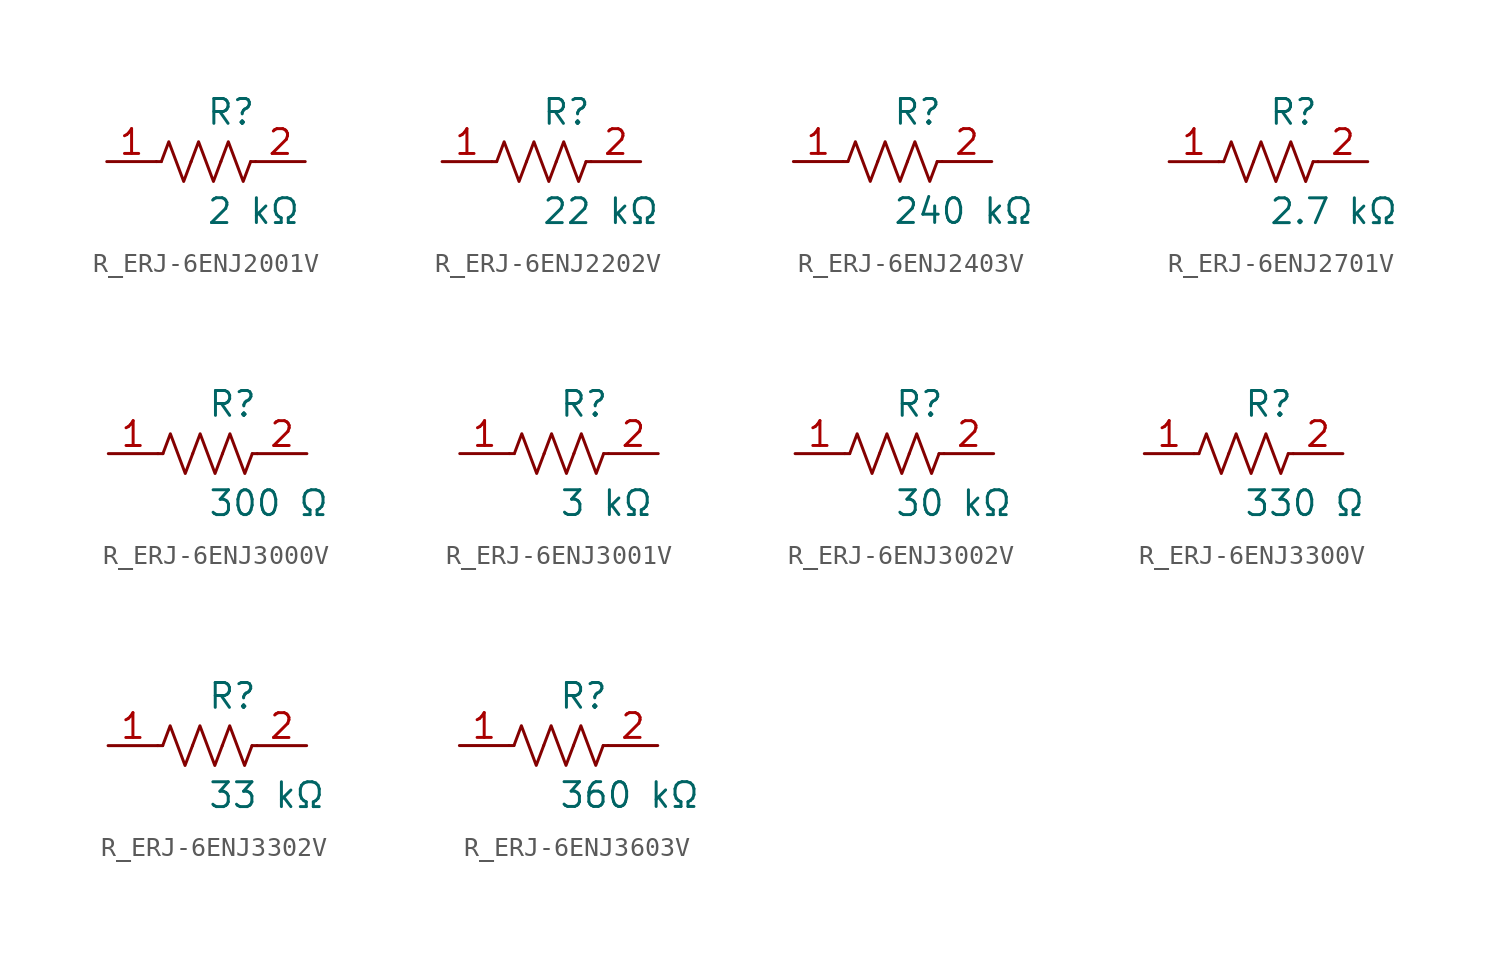
<source format=kicad_sym>
(kicad_symbol_lib
  (version 20231120)
  (generator kicad_symbol_editor)
  (generator_version 8.0)
  (symbol "R_ERJ-6ENJ2001V"
    (pin_names
      (offset 0.254))
    (property "Reference" "R"
      (at 0.0 2.54 0)
      (effects (font (size 1.27 1.27)) (justify left)))
    (property "Value" "2 kΩ"
      (at 0.0 -2.54 0)
      (effects (font (size 1.27 1.27)) (justify left)))
    (symbol "R_ERJ-6ENJ2001V_0_1"
      (polyline (pts (xy 2.286 0) (xy 2.54 0)) (stroke (width 0) (type default)) (fill (type none)))
      (polyline (pts (xy -2.286 0) (xy -2.54 0)) (stroke (width 0) (type default)) (fill (type none)))
      (polyline (pts (xy 0.762 0) (xy 1.143 1.016) (xy 1.524 0) (xy 1.905 -1.016) (xy 2.286 0)) (stroke (width 0) (type default)) (fill (type none)))
      (polyline (pts (xy -0.762 0) (xy -0.381 1.016) (xy 0 0) (xy 0.381 -1.016) (xy 0.762 0)) (stroke (width 0) (type default)) (fill (type none)))
      (polyline (pts (xy -2.286 0) (xy -1.905 1.016) (xy -1.524 0) (xy -1.143 -1.016) (xy -0.762 0)) (stroke (width 0) (type default)) (fill (type none))))
    (pin unspecified line
      (at -5.08 0 0)
      (length 2.54)
      (name "" (effects (font (size 1.27 1.27))))
      (number "1" (effects (font (size 1.27 1.27)))))
    (pin unspecified line
      (at 5.08 0 180)
      (length 2.54)
      (name "" (effects (font (size 1.27 1.27))))
      (number "2" (effects (font (size 1.27 1.27))))))
  (symbol "R_ERJ-6ENJ2202V"
    (pin_names
      (offset 0.254))
    (property "Reference" "R"
      (at 0.0 2.54 0)
      (effects (font (size 1.27 1.27)) (justify left)))
    (property "Value" "22 kΩ"
      (at 0.0 -2.54 0)
      (effects (font (size 1.27 1.27)) (justify left)))
    (symbol "R_ERJ-6ENJ2202V_0_1"
      (polyline (pts (xy 2.286 0) (xy 2.54 0)) (stroke (width 0) (type default)) (fill (type none)))
      (polyline (pts (xy -2.286 0) (xy -2.54 0)) (stroke (width 0) (type default)) (fill (type none)))
      (polyline (pts (xy 0.762 0) (xy 1.143 1.016) (xy 1.524 0) (xy 1.905 -1.016) (xy 2.286 0)) (stroke (width 0) (type default)) (fill (type none)))
      (polyline (pts (xy -0.762 0) (xy -0.381 1.016) (xy 0 0) (xy 0.381 -1.016) (xy 0.762 0)) (stroke (width 0) (type default)) (fill (type none)))
      (polyline (pts (xy -2.286 0) (xy -1.905 1.016) (xy -1.524 0) (xy -1.143 -1.016) (xy -0.762 0)) (stroke (width 0) (type default)) (fill (type none))))
    (pin unspecified line
      (at -5.08 0 0)
      (length 2.54)
      (name "" (effects (font (size 1.27 1.27))))
      (number "1" (effects (font (size 1.27 1.27)))))
    (pin unspecified line
      (at 5.08 0 180)
      (length 2.54)
      (name "" (effects (font (size 1.27 1.27))))
      (number "2" (effects (font (size 1.27 1.27))))))
  (symbol "R_ERJ-6ENJ2403V"
    (pin_names
      (offset 0.254))
    (property "Reference" "R"
      (at 0.0 2.54 0)
      (effects (font (size 1.27 1.27)) (justify left)))
    (property "Value" "240 kΩ"
      (at 0.0 -2.54 0)
      (effects (font (size 1.27 1.27)) (justify left)))
    (symbol "R_ERJ-6ENJ2403V_0_1"
      (polyline (pts (xy 2.286 0) (xy 2.54 0)) (stroke (width 0) (type default)) (fill (type none)))
      (polyline (pts (xy -2.286 0) (xy -2.54 0)) (stroke (width 0) (type default)) (fill (type none)))
      (polyline (pts (xy 0.762 0) (xy 1.143 1.016) (xy 1.524 0) (xy 1.905 -1.016) (xy 2.286 0)) (stroke (width 0) (type default)) (fill (type none)))
      (polyline (pts (xy -0.762 0) (xy -0.381 1.016) (xy 0 0) (xy 0.381 -1.016) (xy 0.762 0)) (stroke (width 0) (type default)) (fill (type none)))
      (polyline (pts (xy -2.286 0) (xy -1.905 1.016) (xy -1.524 0) (xy -1.143 -1.016) (xy -0.762 0)) (stroke (width 0) (type default)) (fill (type none))))
    (pin unspecified line
      (at -5.08 0 0)
      (length 2.54)
      (name "" (effects (font (size 1.27 1.27))))
      (number "1" (effects (font (size 1.27 1.27)))))
    (pin unspecified line
      (at 5.08 0 180)
      (length 2.54)
      (name "" (effects (font (size 1.27 1.27))))
      (number "2" (effects (font (size 1.27 1.27))))))
  (symbol "R_ERJ-6ENJ2701V"
    (pin_names
      (offset 0.254))
    (property "Reference" "R"
      (at 0.0 2.54 0)
      (effects (font (size 1.27 1.27)) (justify left)))
    (property "Value" "2.7 kΩ"
      (at 0.0 -2.54 0)
      (effects (font (size 1.27 1.27)) (justify left)))
    (symbol "R_ERJ-6ENJ2701V_0_1"
      (polyline (pts (xy 2.286 0) (xy 2.54 0)) (stroke (width 0) (type default)) (fill (type none)))
      (polyline (pts (xy -2.286 0) (xy -2.54 0)) (stroke (width 0) (type default)) (fill (type none)))
      (polyline (pts (xy 0.762 0) (xy 1.143 1.016) (xy 1.524 0) (xy 1.905 -1.016) (xy 2.286 0)) (stroke (width 0) (type default)) (fill (type none)))
      (polyline (pts (xy -0.762 0) (xy -0.381 1.016) (xy 0 0) (xy 0.381 -1.016) (xy 0.762 0)) (stroke (width 0) (type default)) (fill (type none)))
      (polyline (pts (xy -2.286 0) (xy -1.905 1.016) (xy -1.524 0) (xy -1.143 -1.016) (xy -0.762 0)) (stroke (width 0) (type default)) (fill (type none))))
    (pin unspecified line
      (at -5.08 0 0)
      (length 2.54)
      (name "" (effects (font (size 1.27 1.27))))
      (number "1" (effects (font (size 1.27 1.27)))))
    (pin unspecified line
      (at 5.08 0 180)
      (length 2.54)
      (name "" (effects (font (size 1.27 1.27))))
      (number "2" (effects (font (size 1.27 1.27))))))
  (symbol "R_ERJ-6ENJ3000V"
    (pin_names
      (offset 0.254))
    (property "Reference" "R"
      (at 0.0 2.54 0)
      (effects (font (size 1.27 1.27)) (justify left)))
    (property "Value" "300 Ω"
      (at 0.0 -2.54 0)
      (effects (font (size 1.27 1.27)) (justify left)))
    (symbol "R_ERJ-6ENJ3000V_0_1"
      (polyline (pts (xy 2.286 0) (xy 2.54 0)) (stroke (width 0) (type default)) (fill (type none)))
      (polyline (pts (xy -2.286 0) (xy -2.54 0)) (stroke (width 0) (type default)) (fill (type none)))
      (polyline (pts (xy 0.762 0) (xy 1.143 1.016) (xy 1.524 0) (xy 1.905 -1.016) (xy 2.286 0)) (stroke (width 0) (type default)) (fill (type none)))
      (polyline (pts (xy -0.762 0) (xy -0.381 1.016) (xy 0 0) (xy 0.381 -1.016) (xy 0.762 0)) (stroke (width 0) (type default)) (fill (type none)))
      (polyline (pts (xy -2.286 0) (xy -1.905 1.016) (xy -1.524 0) (xy -1.143 -1.016) (xy -0.762 0)) (stroke (width 0) (type default)) (fill (type none))))
    (pin unspecified line
      (at -5.08 0 0)
      (length 2.54)
      (name "" (effects (font (size 1.27 1.27))))
      (number "1" (effects (font (size 1.27 1.27)))))
    (pin unspecified line
      (at 5.08 0 180)
      (length 2.54)
      (name "" (effects (font (size 1.27 1.27))))
      (number "2" (effects (font (size 1.27 1.27))))))
  (symbol "R_ERJ-6ENJ3001V"
    (pin_names
      (offset 0.254))
    (property "Reference" "R"
      (at 0.0 2.54 0)
      (effects (font (size 1.27 1.27)) (justify left)))
    (property "Value" "3 kΩ"
      (at 0.0 -2.54 0)
      (effects (font (size 1.27 1.27)) (justify left)))
    (symbol "R_ERJ-6ENJ3001V_0_1"
      (polyline (pts (xy 2.286 0) (xy 2.54 0)) (stroke (width 0) (type default)) (fill (type none)))
      (polyline (pts (xy -2.286 0) (xy -2.54 0)) (stroke (width 0) (type default)) (fill (type none)))
      (polyline (pts (xy 0.762 0) (xy 1.143 1.016) (xy 1.524 0) (xy 1.905 -1.016) (xy 2.286 0)) (stroke (width 0) (type default)) (fill (type none)))
      (polyline (pts (xy -0.762 0) (xy -0.381 1.016) (xy 0 0) (xy 0.381 -1.016) (xy 0.762 0)) (stroke (width 0) (type default)) (fill (type none)))
      (polyline (pts (xy -2.286 0) (xy -1.905 1.016) (xy -1.524 0) (xy -1.143 -1.016) (xy -0.762 0)) (stroke (width 0) (type default)) (fill (type none))))
    (pin unspecified line
      (at -5.08 0 0)
      (length 2.54)
      (name "" (effects (font (size 1.27 1.27))))
      (number "1" (effects (font (size 1.27 1.27)))))
    (pin unspecified line
      (at 5.08 0 180)
      (length 2.54)
      (name "" (effects (font (size 1.27 1.27))))
      (number "2" (effects (font (size 1.27 1.27))))))
  (symbol "R_ERJ-6ENJ3002V"
    (pin_names
      (offset 0.254))
    (property "Reference" "R"
      (at 0.0 2.54 0)
      (effects (font (size 1.27 1.27)) (justify left)))
    (property "Value" "30 kΩ"
      (at 0.0 -2.54 0)
      (effects (font (size 1.27 1.27)) (justify left)))
    (symbol "R_ERJ-6ENJ3002V_0_1"
      (polyline (pts (xy 2.286 0) (xy 2.54 0)) (stroke (width 0) (type default)) (fill (type none)))
      (polyline (pts (xy -2.286 0) (xy -2.54 0)) (stroke (width 0) (type default)) (fill (type none)))
      (polyline (pts (xy 0.762 0) (xy 1.143 1.016) (xy 1.524 0) (xy 1.905 -1.016) (xy 2.286 0)) (stroke (width 0) (type default)) (fill (type none)))
      (polyline (pts (xy -0.762 0) (xy -0.381 1.016) (xy 0 0) (xy 0.381 -1.016) (xy 0.762 0)) (stroke (width 0) (type default)) (fill (type none)))
      (polyline (pts (xy -2.286 0) (xy -1.905 1.016) (xy -1.524 0) (xy -1.143 -1.016) (xy -0.762 0)) (stroke (width 0) (type default)) (fill (type none))))
    (pin unspecified line
      (at -5.08 0 0)
      (length 2.54)
      (name "" (effects (font (size 1.27 1.27))))
      (number "1" (effects (font (size 1.27 1.27)))))
    (pin unspecified line
      (at 5.08 0 180)
      (length 2.54)
      (name "" (effects (font (size 1.27 1.27))))
      (number "2" (effects (font (size 1.27 1.27))))))
  (symbol "R_ERJ-6ENJ3300V"
    (pin_names
      (offset 0.254))
    (property "Reference" "R"
      (at 0.0 2.54 0)
      (effects (font (size 1.27 1.27)) (justify left)))
    (property "Value" "330 Ω"
      (at 0.0 -2.54 0)
      (effects (font (size 1.27 1.27)) (justify left)))
    (symbol "R_ERJ-6ENJ3300V_0_1"
      (polyline (pts (xy 2.286 0) (xy 2.54 0)) (stroke (width 0) (type default)) (fill (type none)))
      (polyline (pts (xy -2.286 0) (xy -2.54 0)) (stroke (width 0) (type default)) (fill (type none)))
      (polyline (pts (xy 0.762 0) (xy 1.143 1.016) (xy 1.524 0) (xy 1.905 -1.016) (xy 2.286 0)) (stroke (width 0) (type default)) (fill (type none)))
      (polyline (pts (xy -0.762 0) (xy -0.381 1.016) (xy 0 0) (xy 0.381 -1.016) (xy 0.762 0)) (stroke (width 0) (type default)) (fill (type none)))
      (polyline (pts (xy -2.286 0) (xy -1.905 1.016) (xy -1.524 0) (xy -1.143 -1.016) (xy -0.762 0)) (stroke (width 0) (type default)) (fill (type none))))
    (pin unspecified line
      (at -5.08 0 0)
      (length 2.54)
      (name "" (effects (font (size 1.27 1.27))))
      (number "1" (effects (font (size 1.27 1.27)))))
    (pin unspecified line
      (at 5.08 0 180)
      (length 2.54)
      (name "" (effects (font (size 1.27 1.27))))
      (number "2" (effects (font (size 1.27 1.27))))))
  (symbol "R_ERJ-6ENJ3302V"
    (pin_names
      (offset 0.254))
    (property "Reference" "R"
      (at 0.0 2.54 0)
      (effects (font (size 1.27 1.27)) (justify left)))
    (property "Value" "33 kΩ"
      (at 0.0 -2.54 0)
      (effects (font (size 1.27 1.27)) (justify left)))
    (symbol "R_ERJ-6ENJ3302V_0_1"
      (polyline (pts (xy 2.286 0) (xy 2.54 0)) (stroke (width 0) (type default)) (fill (type none)))
      (polyline (pts (xy -2.286 0) (xy -2.54 0)) (stroke (width 0) (type default)) (fill (type none)))
      (polyline (pts (xy 0.762 0) (xy 1.143 1.016) (xy 1.524 0) (xy 1.905 -1.016) (xy 2.286 0)) (stroke (width 0) (type default)) (fill (type none)))
      (polyline (pts (xy -0.762 0) (xy -0.381 1.016) (xy 0 0) (xy 0.381 -1.016) (xy 0.762 0)) (stroke (width 0) (type default)) (fill (type none)))
      (polyline (pts (xy -2.286 0) (xy -1.905 1.016) (xy -1.524 0) (xy -1.143 -1.016) (xy -0.762 0)) (stroke (width 0) (type default)) (fill (type none))))
    (pin unspecified line
      (at -5.08 0 0)
      (length 2.54)
      (name "" (effects (font (size 1.27 1.27))))
      (number "1" (effects (font (size 1.27 1.27)))))
    (pin unspecified line
      (at 5.08 0 180)
      (length 2.54)
      (name "" (effects (font (size 1.27 1.27))))
      (number "2" (effects (font (size 1.27 1.27))))))
  (symbol "R_ERJ-6ENJ3603V"
    (pin_names
      (offset 0.254))
    (property "Reference" "R"
      (at 0.0 2.54 0)
      (effects (font (size 1.27 1.27)) (justify left)))
    (property "Value" "360 kΩ"
      (at 0.0 -2.54 0)
      (effects (font (size 1.27 1.27)) (justify left)))
    (symbol "R_ERJ-6ENJ3603V_0_1"
      (polyline (pts (xy 2.286 0) (xy 2.54 0)) (stroke (width 0) (type default)) (fill (type none)))
      (polyline (pts (xy -2.286 0) (xy -2.54 0)) (stroke (width 0) (type default)) (fill (type none)))
      (polyline (pts (xy 0.762 0) (xy 1.143 1.016) (xy 1.524 0) (xy 1.905 -1.016) (xy 2.286 0)) (stroke (width 0) (type default)) (fill (type none)))
      (polyline (pts (xy -0.762 0) (xy -0.381 1.016) (xy 0 0) (xy 0.381 -1.016) (xy 0.762 0)) (stroke (width 0) (type default)) (fill (type none)))
      (polyline (pts (xy -2.286 0) (xy -1.905 1.016) (xy -1.524 0) (xy -1.143 -1.016) (xy -0.762 0)) (stroke (width 0) (type default)) (fill (type none))))
    (pin unspecified line
      (at -5.08 0 0)
      (length 2.54)
      (name "" (effects (font (size 1.27 1.27))))
      (number "1" (effects (font (size 1.27 1.27)))))
    (pin unspecified line
      (at 5.08 0 180)
      (length 2.54)
      (name "" (effects (font (size 1.27 1.27))))
      (number "2" (effects (font (size 1.27 1.27)))))))
</source>
